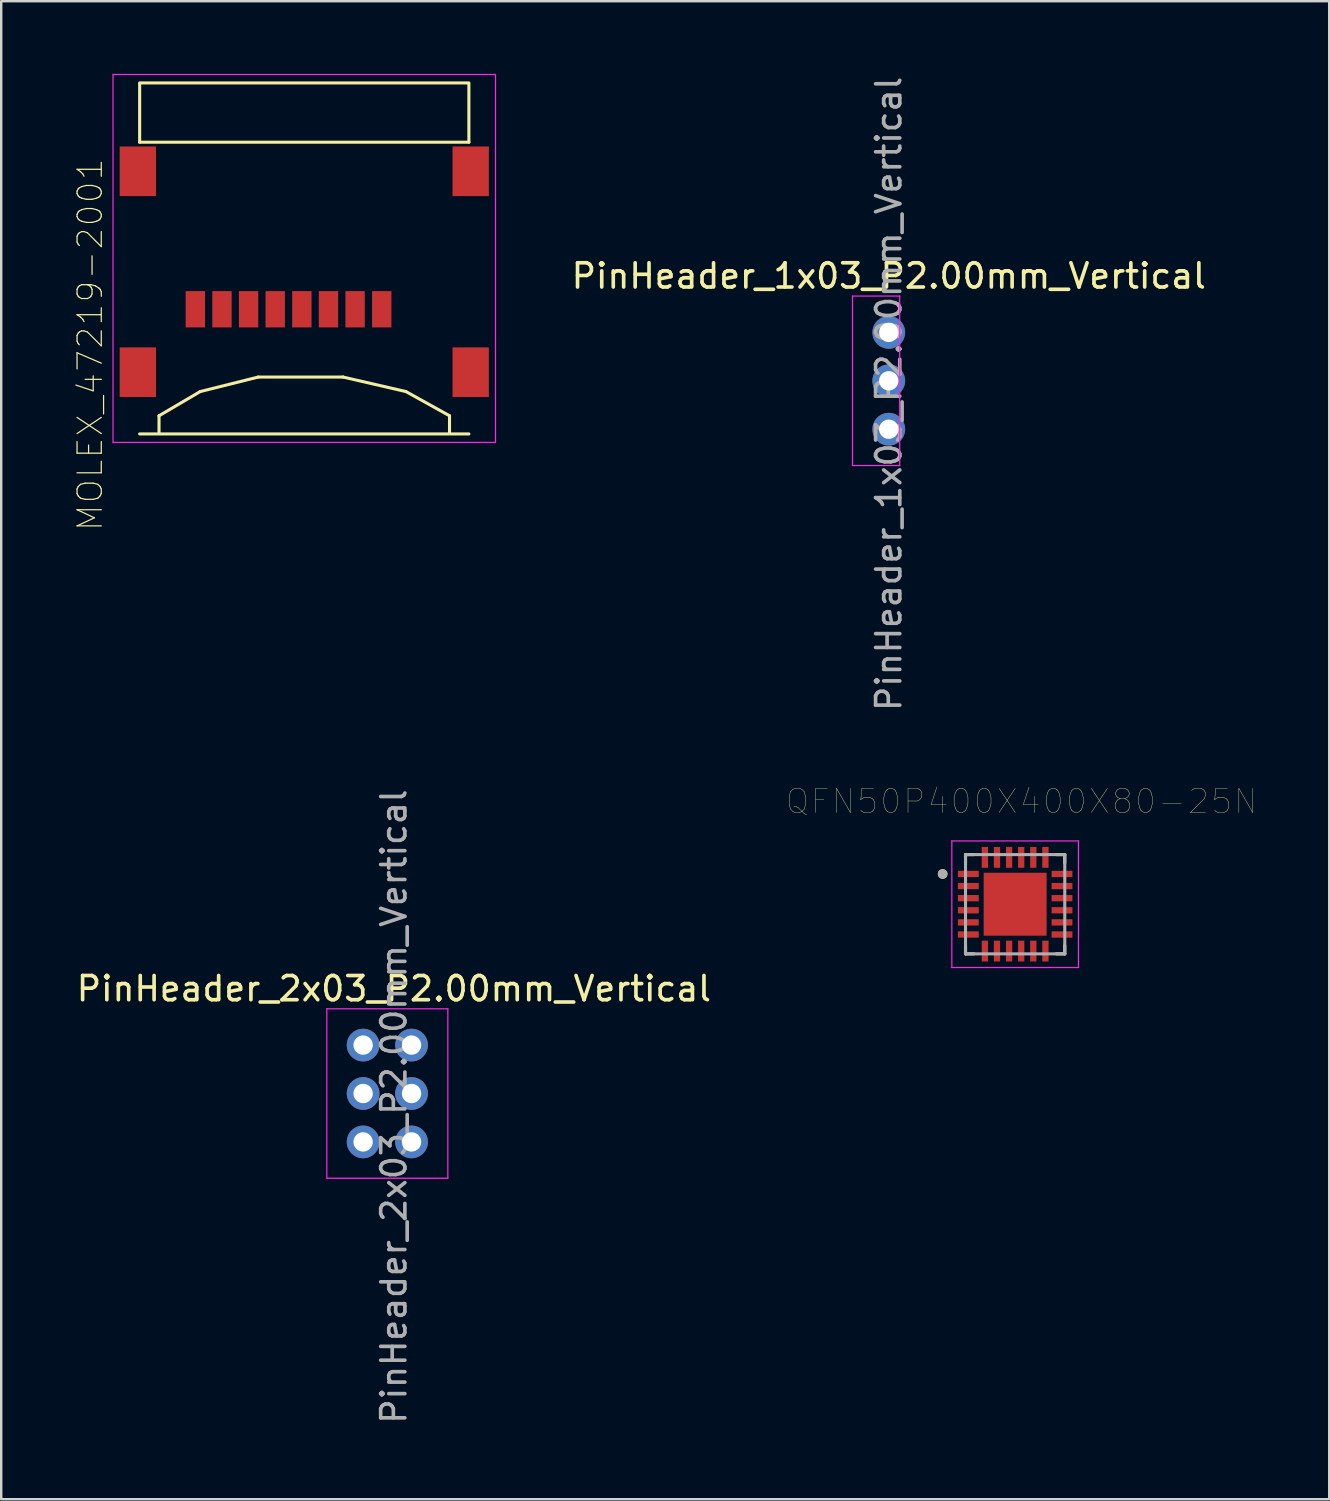
<source format=kicad_pcb>
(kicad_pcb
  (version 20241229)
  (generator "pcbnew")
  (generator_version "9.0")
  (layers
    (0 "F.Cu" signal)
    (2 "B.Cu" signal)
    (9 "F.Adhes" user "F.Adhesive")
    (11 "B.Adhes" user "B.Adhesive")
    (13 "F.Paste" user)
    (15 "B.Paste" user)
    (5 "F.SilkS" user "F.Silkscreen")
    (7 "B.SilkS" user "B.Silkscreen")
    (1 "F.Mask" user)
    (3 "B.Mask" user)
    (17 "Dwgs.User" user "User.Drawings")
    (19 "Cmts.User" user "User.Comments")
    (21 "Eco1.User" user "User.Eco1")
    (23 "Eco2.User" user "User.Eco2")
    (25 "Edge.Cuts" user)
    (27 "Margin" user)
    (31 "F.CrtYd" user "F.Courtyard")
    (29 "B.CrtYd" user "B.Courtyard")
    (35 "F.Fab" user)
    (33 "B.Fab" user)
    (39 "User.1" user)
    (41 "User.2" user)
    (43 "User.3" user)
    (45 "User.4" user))
  (footprint "QFN50P400X400X80-25N"
    (layer "F.Cu")
    (at 38.884 34.302)
    (property "Reference" "QFN50P400X400X80-25N" (at 0.265 -4.25 0) (layer "F.SilkS") (effects (font (size 1 1) (thickness 0.015))))
    (attr through_hole)
    (fp_line (start -2.05 -2.05) (end -2.05 -1.7) (stroke (width 0.127) (type solid)) (layer "F.SilkS"))
    (fp_line (start -2.05 -2.05) (end -1.7 -2.05) (stroke (width 0.127) (type solid)) (layer "F.SilkS"))
    (fp_line (start -2.05 2.05) (end -2.05 1.7) (stroke (width 0.127) (type solid)) (layer "F.SilkS"))
    (fp_line (start -2.05 2.05) (end -1.7 2.05) (stroke (width 0.127) (type solid)) (layer "F.SilkS"))
    (fp_line (start 2.05 -2.05) (end 1.7 -2.05) (stroke (width 0.127) (type solid)) (layer "F.SilkS"))
    (fp_line (start 2.05 -2.05) (end 2.05 -1.7) (stroke (width 0.127) (type solid)) (layer "F.SilkS"))
    (fp_line (start 2.05 2.05) (end 1.7 2.05) (stroke (width 0.127) (type solid)) (layer "F.SilkS"))
    (fp_line (start 2.05 2.05) (end 2.05 1.7) (stroke (width 0.127) (type solid)) (layer "F.SilkS"))
    (fp_circle (center -2.995 -1.25) (end -2.895 -1.25) (stroke (width 0.2) (type solid)) (fill no) (layer "F.SilkS"))
    (fp_poly (pts (xy -0.82 -0.82) (xy 0.82 -0.82) (xy 0.82 0.82) (xy -0.82 0.82)) (stroke (width 0.01) (type solid)) (fill yes) (layer "F.Paste"))
    (fp_line (start -2.615 -2.615) (end 2.615 -2.615) (stroke (width 0.05) (type solid)) (layer "F.CrtYd"))
    (fp_line (start -2.615 2.615) (end -2.615 -2.615) (stroke (width 0.05) (type solid)) (layer "F.CrtYd"))
    (fp_line (start -2.615 2.615) (end 2.615 2.615) (stroke (width 0.05) (type solid)) (layer "F.CrtYd"))
    (fp_line (start 2.615 2.615) (end 2.615 -2.615) (stroke (width 0.05) (type solid)) (layer "F.CrtYd"))
    (fp_line (start -2.05 2.05) (end -2.05 -2.05) (stroke (width 0.127) (type solid)) (layer "F.Fab"))
    (fp_line (start 2.05 -2.05) (end -2.05 -2.05) (stroke (width 0.127) (type solid)) (layer "F.Fab"))
    (fp_line (start 2.05 2.05) (end -2.05 2.05) (stroke (width 0.127) (type solid)) (layer "F.Fab"))
    (fp_line (start 2.05 2.05) (end 2.05 -2.05) (stroke (width 0.127) (type solid)) (layer "F.Fab"))
    (fp_circle (center -2.995 -1.25) (end -2.895 -1.25) (stroke (width 0.2) (type solid)) (fill no) (layer "F.Fab"))
    (pad "1" smd rect (at -1.935 -1.25) (size 0.86 0.26) (layers "F.Cu" "F.Mask" "F.Paste"))
    (pad "2" smd rect (at -1.935 -0.75) (size 0.86 0.26) (layers "F.Cu" "F.Mask" "F.Paste"))
    (pad "3" smd rect (at -1.935 -0.25) (size 0.86 0.26) (layers "F.Cu" "F.Mask" "F.Paste"))
    (pad "4" smd rect (at -1.935 0.25) (size 0.86 0.26) (layers "F.Cu" "F.Mask" "F.Paste"))
    (pad "5" smd rect (at -1.935 0.75) (size 0.86 0.26) (layers "F.Cu" "F.Mask" "F.Paste"))
    (pad "6" smd rect (at -1.935 1.25) (size 0.86 0.26) (layers "F.Cu" "F.Mask" "F.Paste"))
    (pad "7" smd rect (at -1.25 1.935) (size 0.26 0.86) (layers "F.Cu" "F.Mask" "F.Paste"))
    (pad "8" smd rect (at -0.75 1.935) (size 0.26 0.86) (layers "F.Cu" "F.Mask" "F.Paste"))
    (pad "9" smd rect (at -0.25 1.935) (size 0.26 0.86) (layers "F.Cu" "F.Mask" "F.Paste"))
    (pad "10" smd rect (at 0.25 1.935) (size 0.26 0.86) (layers "F.Cu" "F.Mask" "F.Paste"))
    (pad "11" smd rect (at 0.75 1.935) (size 0.26 0.86) (layers "F.Cu" "F.Mask" "F.Paste"))
    (pad "12" smd rect (at 1.25 1.935) (size 0.26 0.86) (layers "F.Cu" "F.Mask" "F.Paste"))
    (pad "13" smd rect (at 1.935 1.25) (size 0.86 0.26) (layers "F.Cu" "F.Mask" "F.Paste"))
    (pad "14" smd rect (at 1.935 0.75) (size 0.86 0.26) (layers "F.Cu" "F.Mask" "F.Paste"))
    (pad "15" smd rect (at 1.935 0.25) (size 0.86 0.26) (layers "F.Cu" "F.Mask" "F.Paste"))
    (pad "16" smd rect (at 1.935 -0.25) (size 0.86 0.26) (layers "F.Cu" "F.Mask" "F.Paste"))
    (pad "17" smd rect (at 1.935 -0.75) (size 0.86 0.26) (layers "F.Cu" "F.Mask" "F.Paste"))
    (pad "18" smd rect (at 1.935 -1.25) (size 0.86 0.26) (layers "F.Cu" "F.Mask" "F.Paste"))
    (pad "19" smd rect (at 1.25 -1.935) (size 0.26 0.86) (layers "F.Cu" "F.Mask" "F.Paste"))
    (pad "20" smd rect (at 0.75 -1.935) (size 0.26 0.86) (layers "F.Cu" "F.Mask" "F.Paste"))
    (pad "21" smd rect (at 0.25 -1.935) (size 0.26 0.86) (layers "F.Cu" "F.Mask" "F.Paste"))
    (pad "22" smd rect (at -0.25 -1.935) (size 0.26 0.86) (layers "F.Cu" "F.Mask" "F.Paste"))
    (pad "23" smd rect (at -0.75 -1.935) (size 0.26 0.86) (layers "F.Cu" "F.Mask" "F.Paste"))
    (pad "24" smd rect (at -1.25 -1.935) (size 0.26 0.86) (layers "F.Cu" "F.Mask" "F.Paste"))
    (pad "25" smd rect (at 0 0) (size 2.6 2.6) (layers "F.Cu" "F.Mask")))
  (footprint "PinHeader_2x03_P2.00mm_Vertical"
    (layer "F.Cu")
    (at 11.95 40.121)
    (property "Reference" "PinHeader_2x03_P2.00mm_Vertical" (at 1.27 -2.33 0) (layer "F.SilkS") (effects (font (size 1 1) (thickness 0.15))))
    (attr through_hole)
    (fp_line (start -1.5 -1.5) (end -1.5 5.5) (stroke (width 0.05) (type solid)) (layer "F.CrtYd"))
    (fp_line (start -1.5 5.5) (end 3.5 5.5) (stroke (width 0.05) (type solid)) (layer "F.CrtYd"))
    (fp_line (start 3.5 -1.5) (end -1.5 -1.5) (stroke (width 0.05) (type solid)) (layer "F.CrtYd"))
    (fp_line (start 3.5 5.5) (end 3.5 -1.5) (stroke (width 0.05) (type solid)) (layer "F.CrtYd"))
    (fp_text user "${REFERENCE}" (at 1.27 2.54 270) (layer "F.Fab") (effects (font (size 1 1) (thickness 0.15))))
    (pad "1" thru_hole circle (at 0 0) (size 1.35 1.35) (drill 0.8) (layers "*.Cu" "*.Mask"))
    (pad "2" thru_hole oval (at 2 0) (size 1.35 1.35) (drill 0.8) (layers "*.Cu" "*.Mask"))
    (pad "3" thru_hole oval (at 0 2) (size 1.35 1.35) (drill 0.8) (layers "*.Cu" "*.Mask"))
    (pad "4" thru_hole oval (at 2 2) (size 1.35 1.35) (drill 0.8) (layers "*.Cu" "*.Mask"))
    (pad "5" thru_hole oval (at 0 4) (size 1.35 1.35) (drill 0.8) (layers "*.Cu" "*.Mask"))
    (pad "6" thru_hole oval (at 2 4) (size 1.35 1.35) (drill 0.8) (layers "*.Cu" "*.Mask")))
  (footprint "MOLEX_47219-2001"
    (layer "F.Cu")
    (at 9.519 7.625)
    (property "Reference" "MOLEX_47219-2001" (at -8.846 3.564 90) (layer "F.SilkS") (effects (font (size 1.001 1.001) (thickness 0.05))))
    (attr smd)
    (fp_line (start -6.8 -7.25) (end 6.8 -7.25) (stroke (width 0.127) (type solid)) (layer "F.SilkS"))
    (fp_line (start -6.8 -7.2) (end -6.8 -4.8) (stroke (width 0.127) (type solid)) (layer "F.SilkS"))
    (fp_line (start -6.8 -4.8) (end 6.8 -4.8) (stroke (width 0.127) (type solid)) (layer "F.SilkS"))
    (fp_line (start -6.8 7.25) (end 6.8 7.25) (stroke (width 0.127) (type solid)) (layer "F.SilkS"))
    (fp_line (start -6 6.5) (end -4.3 5.5) (stroke (width 0.127) (type solid)) (layer "F.SilkS"))
    (fp_line (start -6 7.2) (end -6 6.5) (stroke (width 0.127) (type solid)) (layer "F.SilkS"))
    (fp_line (start -4.3 5.5) (end -1.9 4.9) (stroke (width 0.127) (type solid)) (layer "F.SilkS"))
    (fp_line (start -1.9 4.9) (end 1.6 4.9) (stroke (width 0.127) (type solid)) (layer "F.SilkS"))
    (fp_line (start 1.6 4.9) (end 4.2 5.5) (stroke (width 0.127) (type solid)) (layer "F.SilkS"))
    (fp_line (start 4.2 5.5) (end 6 6.5) (stroke (width 0.127) (type solid)) (layer "F.SilkS"))
    (fp_line (start 6 7.2) (end 6 6.5) (stroke (width 0.127) (type solid)) (layer "F.SilkS"))
    (fp_line (start 6.8 -7.2) (end 6.8 -4.8) (stroke (width 0.127) (type solid)) (layer "F.SilkS"))
    (fp_line (start -6.8 -2.3) (end -6.8 -4.8) (stroke (width 0.127) (type solid)) (layer "Eco2.User"))
    (fp_line (start -6.8 5.9) (end -6.8 3.5) (stroke (width 0.127) (type solid)) (layer "Eco2.User"))
    (fp_line (start 6.8 -4.8) (end 6.8 5.9) (stroke (width 0.127) (type solid)) (layer "Eco2.User"))
    (fp_line (start -7.9 -7.6) (end 7.9 -7.6) (stroke (width 0.05) (type solid)) (layer "F.CrtYd"))
    (fp_line (start -7.9 7.6) (end -7.9 -7.6) (stroke (width 0.05) (type solid)) (layer "F.CrtYd"))
    (fp_line (start 7.9 -7.6) (end 7.9 7.6) (stroke (width 0.05) (type solid)) (layer "F.CrtYd"))
    (fp_line (start 7.9 7.6) (end -7.9 7.6) (stroke (width 0.05) (type solid)) (layer "F.CrtYd"))
    (pad "1" smd rect (at 3.2 2.1) (size 0.8 1.5) (layers "F.Cu" "F.Mask" "F.Paste"))
    (pad "2" smd rect (at 2.1 2.1) (size 0.8 1.5) (layers "F.Cu" "F.Mask" "F.Paste"))
    (pad "3" smd rect (at 1 2.1) (size 0.8 1.5) (layers "F.Cu" "F.Mask" "F.Paste"))
    (pad "4" smd rect (at -0.1 2.1) (size 0.8 1.5) (layers "F.Cu" "F.Mask" "F.Paste"))
    (pad "5" smd rect (at -1.2 2.1) (size 0.8 1.5) (layers "F.Cu" "F.Mask" "F.Paste"))
    (pad "6" smd rect (at -2.3 2.1) (size 0.8 1.5) (layers "F.Cu" "F.Mask" "F.Paste"))
    (pad "7" smd rect (at -3.4 2.1) (size 0.8 1.5) (layers "F.Cu" "F.Mask" "F.Paste"))
    (pad "8" smd rect (at -4.5 2.1) (size 0.8 1.5) (layers "F.Cu" "F.Mask" "F.Paste"))
    (pad "G1" smd rect (at 6.875 4.7) (size 1.5 2.05) (layers "F.Cu" "F.Mask" "F.Paste"))
    (pad "G2" smd rect (at 6.875 -3.6) (size 1.5 2.05) (layers "F.Cu" "F.Mask" "F.Paste"))
    (pad "G3" smd rect (at -6.875 -3.6) (size 1.5 2.05) (layers "F.Cu" "F.Mask" "F.Paste"))
    (pad "G4" smd rect (at -6.875 4.7) (size 1.5 2.05) (layers "F.Cu" "F.Mask" "F.Paste")))
  (footprint "PinHeader_1x03_P2.00mm_Vertical"
    (layer "F.Cu")
    (at 33.664 10.68)
    (property "Reference" "PinHeader_1x03_P2.00mm_Vertical" (at 0 -2.33 180) (layer "F.SilkS") (effects (font (size 1 1) (thickness 0.15))))
    (attr through_hole)
    (fp_line (start -1.5 -1.5) (end -1.5 5.5) (stroke (width 0.05) (type solid)) (layer "F.CrtYd"))
    (fp_line (start -1.5 5.5) (end 0.45 5.5) (stroke (width 0.05) (type solid)) (layer "F.CrtYd"))
    (fp_line (start 0.45 -1.5) (end -1.5 -1.5) (stroke (width 0.05) (type solid)) (layer "F.CrtYd"))
    (fp_line (start 0.451 5.5) (end 0.451 -1.5) (stroke (width 0.05) (type solid)) (layer "F.CrtYd"))
    (fp_text user "${REFERENCE}" (at 0 2.54 90) (layer "F.Fab") (effects (font (size 1 1) (thickness 0.15))))
    (pad "1" thru_hole circle (at 0 0) (size 1.35 1.35) (drill 0.8) (layers "*.Cu" "*.Mask"))
    (pad "2" thru_hole oval (at 0 2) (size 1.35 1.35) (drill 0.8) (layers "*.Cu" "*.Mask"))
    (pad "3" thru_hole oval (at 0 4) (size 1.35 1.35) (drill 0.8) (layers "*.Cu" "*.Mask")))
  (gr_rect
    (start -3 -3)
    (end 51.857 58.881)
    (stroke (width 0.1) (type default))
    (fill no)
    (layer "Edge.Cuts")))
</source>
